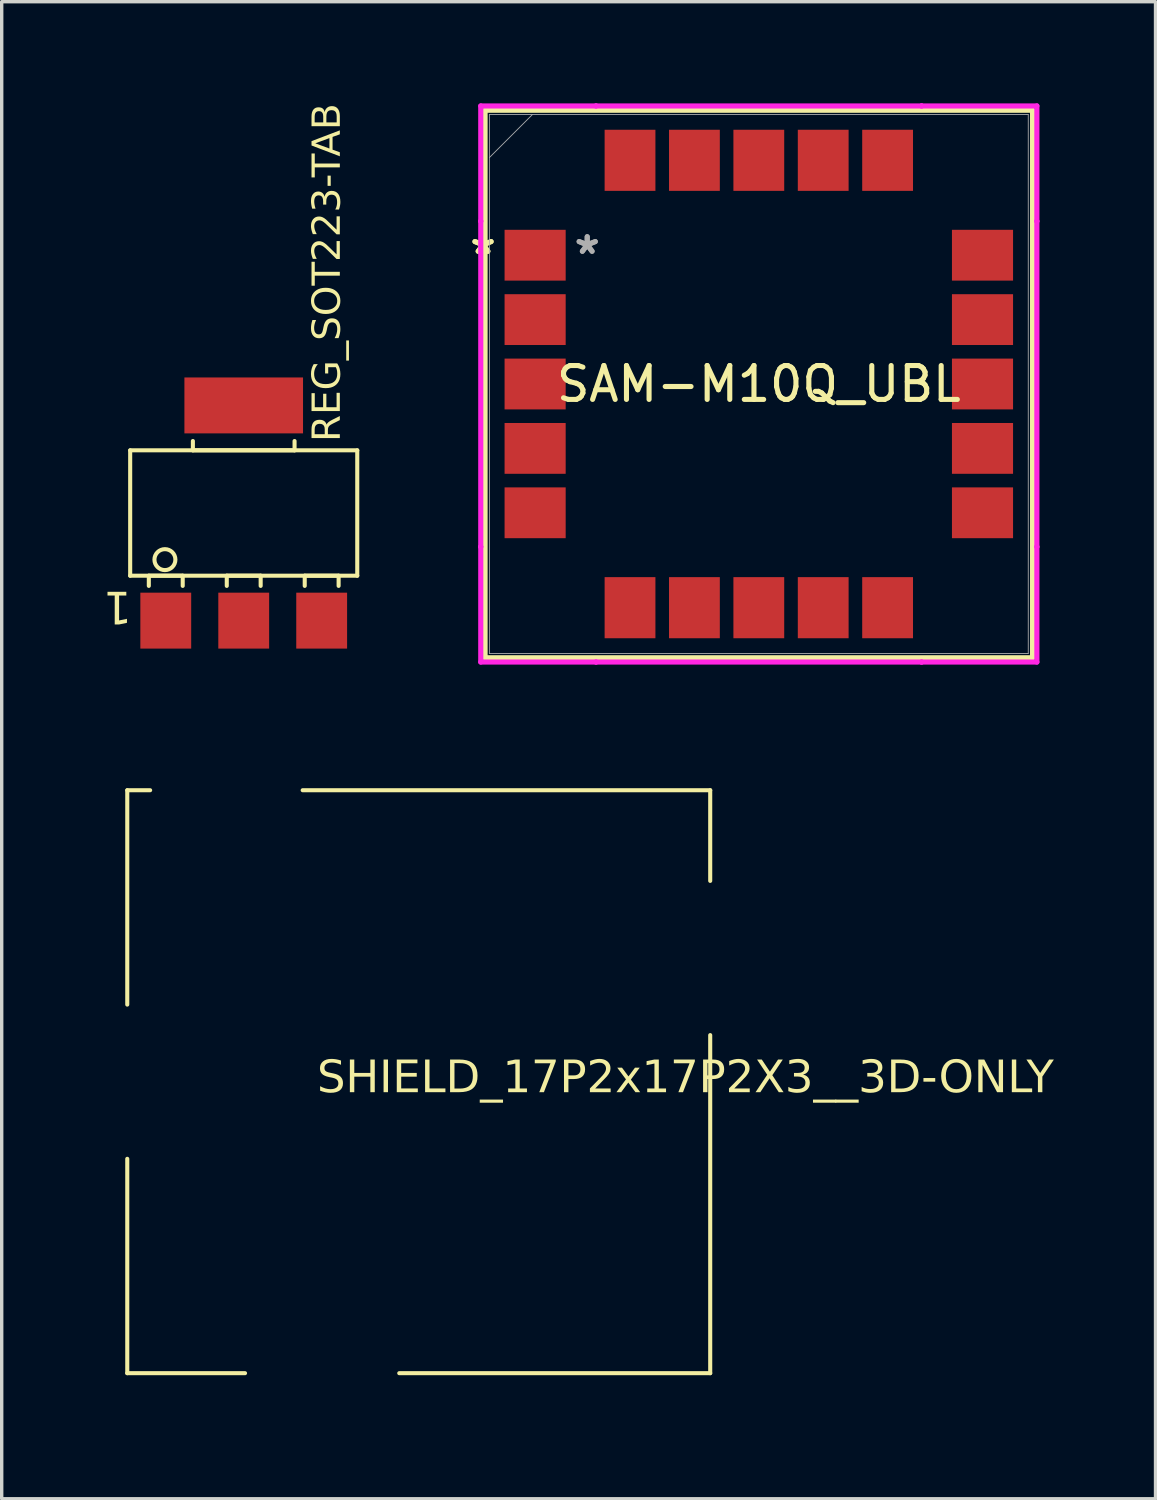
<source format=kicad_pcb>
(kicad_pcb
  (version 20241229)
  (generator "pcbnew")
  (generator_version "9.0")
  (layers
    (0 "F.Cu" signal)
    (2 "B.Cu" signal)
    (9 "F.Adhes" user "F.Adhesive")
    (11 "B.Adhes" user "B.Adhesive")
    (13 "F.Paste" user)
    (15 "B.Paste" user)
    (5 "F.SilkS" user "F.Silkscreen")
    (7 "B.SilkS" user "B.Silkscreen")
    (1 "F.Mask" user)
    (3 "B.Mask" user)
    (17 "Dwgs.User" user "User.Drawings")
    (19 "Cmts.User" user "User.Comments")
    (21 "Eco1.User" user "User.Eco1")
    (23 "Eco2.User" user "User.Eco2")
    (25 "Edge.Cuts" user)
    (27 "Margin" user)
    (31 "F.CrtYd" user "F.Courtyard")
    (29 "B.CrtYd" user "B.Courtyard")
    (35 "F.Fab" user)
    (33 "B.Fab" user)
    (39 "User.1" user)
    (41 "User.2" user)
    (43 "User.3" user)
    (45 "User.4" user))
  (footprint "SHIELD_17P2x17P2X3__3D-ONLY"
    (layer "F.Cu")
    (at 9.305 28.866)
    (property "Reference" "SHIELD_17P2x17P2X3__3D-ONLY" (at -3.001 0.47 0) (unlocked yes) (layer "F.SilkS") (effects (font (face "Arial") (size 0.945 0.945) (thickness 0.254)) (justify left bottom)))
    (fp_line (start -8.6 -8.6) (end -7.925 -8.6) (stroke (width 0.12) (type solid)) (layer "F.SilkS"))
    (fp_line (start -8.6 -2.275) (end -8.6 -8.6) (stroke (width 0.12) (type solid)) (layer "F.SilkS"))
    (fp_line (start -8.6 8.6) (end -5.125 8.6) (stroke (width 0.12) (type solid)) (layer "F.SilkS"))
    (fp_line (start -8.6 8.6) (end -8.6 2.275) (stroke (width 0.12) (type solid)) (layer "F.SilkS"))
    (fp_line (start -3.425 -8.6) (end 8.6 -8.6) (stroke (width 0.12) (type solid)) (layer "F.SilkS"))
    (fp_line (start -0.575 8.6) (end 8.6 8.6) (stroke (width 0.12) (type solid)) (layer "F.SilkS"))
    (fp_line (start 8.6 -5.925) (end 8.6 -8.6) (stroke (width 0.12) (type solid)) (layer "F.SilkS"))
    (fp_line (start 8.6 8.6) (end 8.6 -1.375) (stroke (width 0.12) (type solid)) (layer "F.SilkS"))
    (fp_line (start -9.3 -9.3) (end 9.3 -9.3) (stroke (width 0.01) (type solid)) (layer "Eco1.User"))
    (fp_line (start -9.3 0.65) (end -9.3 -9.3) (stroke (width 0.01) (type solid)) (layer "Eco1.User"))
    (fp_line (start -9.3 9.3) (end -9.3 0.65) (stroke (width 0.01) (type solid)) (layer "Eco1.User"))
    (fp_line (start -9.3 9.3) (end 9.3 9.3) (stroke (width 0.01) (type solid)) (layer "Eco1.User"))
    (fp_line (start -8.6 -8.6) (end 8.6 -8.6) (stroke (width 0.01) (type solid)) (layer "Eco1.User"))
    (fp_line (start -8.6 8.6) (end -8.6 -8.6) (stroke (width 0.01) (type solid)) (layer "Eco1.User"))
    (fp_line (start -8.6 8.6) (end -8.6 8.475) (stroke (width 0.01) (type solid)) (layer "Eco1.User"))
    (fp_line (start -8.6 8.6) (end 8.6 8.6) (stroke (width 0.01) (type solid)) (layer "Eco1.User"))
    (fp_line (start 8.6 8.6) (end 8.6 -8.6) (stroke (width 0.01) (type solid)) (layer "Eco1.User"))
    (fp_line (start 9.3 9.3) (end 9.3 -9.3) (stroke (width 0.01) (type solid)) (layer "Eco1.User"))
    (fp_text user "'.Designator'" (at -1.538 2.263 0) (unlocked yes) (layer "Eco1.User") (effects (font (face "Arial") (size 0.472 0.472) (thickness 0.254)) (justify left bottom))))
  (footprint "SAM-M10Q_UBL"
    (layer "F.Cu")
    (at 19.339 8.28)
    (property "Reference" "SAM-M10Q_UBL" (at 0 0 0) (unlocked yes) (layer "F.SilkS") (effects (font (size 1 1) (thickness 0.15))))
    (attr smd)
    (fp_line (start -8.077 -8.077) (end -8.077 8.077) (stroke (width 0.152) (type solid)) (layer "F.SilkS"))
    (fp_line (start -8.077 8.077) (end 8.077 8.077) (stroke (width 0.152) (type solid)) (layer "F.SilkS"))
    (fp_line (start 8.077 -8.077) (end -8.077 -8.077) (stroke (width 0.152) (type solid)) (layer "F.SilkS"))
    (fp_line (start 8.077 8.077) (end 8.077 -8.077) (stroke (width 0.152) (type solid)) (layer "F.SilkS"))
    (fp_line (start -8.204 -8.204) (end -4.803 -8.204) (stroke (width 0.152) (type solid)) (layer "F.CrtYd"))
    (fp_line (start -8.204 -4.803) (end -8.204 -8.204) (stroke (width 0.152) (type solid)) (layer "F.CrtYd"))
    (fp_line (start -8.204 -4.803) (end -8.204 -4.803) (stroke (width 0.152) (type solid)) (layer "F.CrtYd"))
    (fp_line (start -8.204 4.803) (end -8.204 -4.803) (stroke (width 0.152) (type solid)) (layer "F.CrtYd"))
    (fp_line (start -8.204 4.803) (end -8.204 4.803) (stroke (width 0.152) (type solid)) (layer "F.CrtYd"))
    (fp_line (start -8.204 8.204) (end -8.204 4.803) (stroke (width 0.152) (type solid)) (layer "F.CrtYd"))
    (fp_line (start -4.803 -8.204) (end -4.803 -8.204) (stroke (width 0.152) (type solid)) (layer "F.CrtYd"))
    (fp_line (start -4.803 -8.204) (end 4.803 -8.204) (stroke (width 0.152) (type solid)) (layer "F.CrtYd"))
    (fp_line (start -4.803 8.204) (end -8.204 8.204) (stroke (width 0.152) (type solid)) (layer "F.CrtYd"))
    (fp_line (start -4.803 8.204) (end -4.803 8.204) (stroke (width 0.152) (type solid)) (layer "F.CrtYd"))
    (fp_line (start 4.803 -8.204) (end 4.803 -8.204) (stroke (width 0.152) (type solid)) (layer "F.CrtYd"))
    (fp_line (start 4.803 -8.204) (end 8.204 -8.204) (stroke (width 0.152) (type solid)) (layer "F.CrtYd"))
    (fp_line (start 4.803 8.204) (end -4.803 8.204) (stroke (width 0.152) (type solid)) (layer "F.CrtYd"))
    (fp_line (start 4.803 8.204) (end 4.803 8.204) (stroke (width 0.152) (type solid)) (layer "F.CrtYd"))
    (fp_line (start 8.204 -8.204) (end 8.204 -4.803) (stroke (width 0.152) (type solid)) (layer "F.CrtYd"))
    (fp_line (start 8.204 -4.803) (end 8.204 -4.803) (stroke (width 0.152) (type solid)) (layer "F.CrtYd"))
    (fp_line (start 8.204 -4.803) (end 8.204 4.803) (stroke (width 0.152) (type solid)) (layer "F.CrtYd"))
    (fp_line (start 8.204 4.803) (end 8.204 4.803) (stroke (width 0.152) (type solid)) (layer "F.CrtYd"))
    (fp_line (start 8.204 4.803) (end 8.204 8.204) (stroke (width 0.152) (type solid)) (layer "F.CrtYd"))
    (fp_line (start 8.204 8.204) (end 4.803 8.204) (stroke (width 0.152) (type solid)) (layer "F.CrtYd"))
    (fp_line (start -7.95 -7.95) (end -7.95 7.95) (stroke (width 0.025) (type solid)) (layer "F.Fab"))
    (fp_line (start -7.95 -6.68) (end -6.68 -7.95) (stroke (width 0.025) (type solid)) (layer "F.Fab"))
    (fp_line (start -7.95 7.95) (end 7.95 7.95) (stroke (width 0.025) (type solid)) (layer "F.Fab"))
    (fp_line (start 7.95 -7.95) (end -7.95 -7.95) (stroke (width 0.025) (type solid)) (layer "F.Fab"))
    (fp_line (start 7.95 7.95) (end 7.95 -7.95) (stroke (width 0.025) (type solid)) (layer "F.Fab"))
    (fp_text user "*" (at -8.137 -3.8 0) (layer "F.SilkS") (effects (font (size 1 1) (thickness 0.15))))
    (fp_text user "*" (at -8.137 -3.8 0) (unlocked yes) (layer "F.SilkS") (effects (font (size 1 1) (thickness 0.15))))
    (fp_text user "*" (at -5.063 -3.8 0) (unlocked yes) (layer "F.Fab") (effects (font (size 1 1) (thickness 0.15))))
    (fp_text user "*" (at -5.063 -3.8 0) (layer "F.Fab") (effects (font (size 1 1) (thickness 0.15))))
    (pad "1" smd rect (at -6.6 -3.8) (size 1.803 1.499) (layers "F.Cu" "F.Mask" "F.Paste"))
    (pad "2" smd rect (at -6.6 -1.9) (size 1.803 1.499) (layers "F.Cu" "F.Mask" "F.Paste"))
    (pad "3" smd rect (at -6.6 0) (size 1.803 1.499) (layers "F.Cu" "F.Mask" "F.Paste"))
    (pad "4" smd rect (at -6.6 1.9) (size 1.803 1.499) (layers "F.Cu" "F.Mask" "F.Paste"))
    (pad "5" smd rect (at -6.6 3.8) (size 1.803 1.499) (layers "F.Cu" "F.Mask" "F.Paste"))
    (pad "6" smd rect (at -3.8 6.6 90) (size 1.803 1.499) (layers "F.Cu" "F.Mask" "F.Paste"))
    (pad "7" smd rect (at -1.9 6.6 90) (size 1.803 1.499) (layers "F.Cu" "F.Mask" "F.Paste"))
    (pad "8" smd rect (at 0 6.6 90) (size 1.803 1.499) (layers "F.Cu" "F.Mask" "F.Paste"))
    (pad "9" smd rect (at 1.9 6.6 90) (size 1.803 1.499) (layers "F.Cu" "F.Mask" "F.Paste"))
    (pad "10" smd rect (at 3.8 6.6 90) (size 1.803 1.499) (layers "F.Cu" "F.Mask" "F.Paste"))
    (pad "11" smd rect (at 6.6 3.8) (size 1.803 1.499) (layers "F.Cu" "F.Mask" "F.Paste"))
    (pad "12" smd rect (at 6.6 1.9) (size 1.803 1.499) (layers "F.Cu" "F.Mask" "F.Paste"))
    (pad "13" smd rect (at 6.6 0) (size 1.803 1.499) (layers "F.Cu" "F.Mask" "F.Paste"))
    (pad "14" smd rect (at 6.6 -1.9) (size 1.803 1.499) (layers "F.Cu" "F.Mask" "F.Paste"))
    (pad "15" smd rect (at 6.6 -3.8) (size 1.803 1.499) (layers "F.Cu" "F.Mask" "F.Paste"))
    (pad "16" smd rect (at 3.8 -6.6 90) (size 1.803 1.499) (layers "F.Cu" "F.Mask" "F.Paste"))
    (pad "17" smd rect (at 1.9 -6.6 90) (size 1.803 1.499) (layers "F.Cu" "F.Mask" "F.Paste"))
    (pad "18" smd rect (at 0 -6.6 90) (size 1.803 1.499) (layers "F.Cu" "F.Mask" "F.Paste"))
    (pad "19" smd rect (at -1.9 -6.6 90) (size 1.803 1.499) (layers "F.Cu" "F.Mask" "F.Paste"))
    (pad "20" smd rect (at -3.8 -6.6 90) (size 1.803 1.499) (layers "F.Cu" "F.Mask" "F.Paste")))
  (footprint "REG_SOT223-TAB"
    (layer "F.Cu")
    (at 4.141 12.087)
    (property "Reference" "REG_SOT223-TAB" (at 2.975 -2.1 90) (unlocked yes) (layer "F.SilkS") (effects (font (face "Arial") (size 0.819 0.819) (thickness 0.254)) (justify left bottom)))
    (fp_line (start -3.35 1.85) (end -3.35 -1.85) (stroke (width 0.12) (type solid)) (layer "F.SilkS"))
    (fp_line (start -2.8 2.15) (end -2.8 1.85) (stroke (width 0.12) (type solid)) (layer "F.SilkS"))
    (fp_line (start -1.8 1.85) (end -2.8 1.85) (stroke (width 0.12) (type solid)) (layer "F.SilkS"))
    (fp_line (start -1.8 2.15) (end -1.8 1.85) (stroke (width 0.12) (type solid)) (layer "F.SilkS"))
    (fp_line (start -1.5 -1.85) (end -1.5 -2.125) (stroke (width 0.12) (type solid)) (layer "F.SilkS"))
    (fp_line (start -0.5 2.15) (end -0.5 1.85) (stroke (width 0.12) (type solid)) (layer "F.SilkS"))
    (fp_line (start 0.5 1.85) (end -0.5 1.85) (stroke (width 0.12) (type solid)) (layer "F.SilkS"))
    (fp_line (start 0.5 2.15) (end 0.5 1.85) (stroke (width 0.12) (type solid)) (layer "F.SilkS"))
    (fp_line (start 1.5 -1.85) (end -1.5 -1.85) (stroke (width 0.12) (type solid)) (layer "F.SilkS"))
    (fp_line (start 1.5 -1.85) (end 1.5 -2.125) (stroke (width 0.12) (type solid)) (layer "F.SilkS"))
    (fp_line (start 1.8 2.15) (end 1.8 1.85) (stroke (width 0.12) (type solid)) (layer "F.SilkS"))
    (fp_line (start 2.8 1.85) (end 1.8 1.85) (stroke (width 0.12) (type solid)) (layer "F.SilkS"))
    (fp_line (start 2.8 2.15) (end 2.8 1.85) (stroke (width 0.12) (type solid)) (layer "F.SilkS"))
    (fp_line (start 3.35 -1.85) (end -3.35 -1.85) (stroke (width 0.12) (type solid)) (layer "F.SilkS"))
    (fp_line (start 3.35 1.85) (end -3.35 1.85) (stroke (width 0.12) (type solid)) (layer "F.SilkS"))
    (fp_line (start 3.35 1.85) (end 3.35 -1.85) (stroke (width 0.12) (type solid)) (layer "F.SilkS"))
    (fp_circle (center -2.325 1.375) (end -2.634 1.375) (stroke (width 0.12) (type solid)) (fill no) (layer "F.SilkS"))
    (fp_line (start -3.55 2.05) (end -3.55 -2.05) (stroke (width 0.01) (type solid)) (layer "Eco1.User"))
    (fp_line (start -3.35 1.85) (end -3.35 -1.85) (stroke (width 0.01) (type solid)) (layer "Eco1.User"))
    (fp_line (start -3.2 2.05) (end -3.55 2.05) (stroke (width 0.01) (type solid)) (layer "Eco1.User"))
    (fp_line (start -3.2 4.15) (end -3.2 2.05) (stroke (width 0.01) (type solid)) (layer "Eco1.User"))
    (fp_line (start -2.8 3.65) (end -2.8 1.85) (stroke (width 0.01) (type solid)) (layer "Eco1.User"))
    (fp_line (start -1.9 -2.05) (end -3.55 -2.05) (stroke (width 0.01) (type solid)) (layer "Eco1.User"))
    (fp_line (start -1.9 -2.05) (end -1.9 -4.15) (stroke (width 0.01) (type solid)) (layer "Eco1.User"))
    (fp_line (start -1.8 1.85) (end -2.8 1.85) (stroke (width 0.01) (type solid)) (layer "Eco1.User"))
    (fp_line (start -1.8 3.65) (end -2.8 3.65) (stroke (width 0.01) (type solid)) (layer "Eco1.User"))
    (fp_line (start -1.8 3.65) (end -1.8 1.85) (stroke (width 0.01) (type solid)) (layer "Eco1.User"))
    (fp_line (start -1.5 -1.85) (end -1.5 -3.65) (stroke (width 0.01) (type solid)) (layer "Eco1.User"))
    (fp_line (start -0.5 3.65) (end -0.5 1.85) (stroke (width 0.01) (type solid)) (layer "Eco1.User"))
    (fp_line (start 0.5 1.85) (end -0.5 1.85) (stroke (width 0.01) (type solid)) (layer "Eco1.User"))
    (fp_line (start 0.5 3.65) (end -0.5 3.65) (stroke (width 0.01) (type solid)) (layer "Eco1.User"))
    (fp_line (start 0.5 3.65) (end 0.5 1.85) (stroke (width 0.01) (type solid)) (layer "Eco1.User"))
    (fp_line (start 1.5 -3.65) (end -1.5 -3.65) (stroke (width 0.01) (type solid)) (layer "Eco1.User"))
    (fp_line (start 1.5 -1.85) (end -1.5 -1.85) (stroke (width 0.01) (type solid)) (layer "Eco1.User"))
    (fp_line (start 1.5 -1.85) (end 1.5 -3.65) (stroke (width 0.01) (type solid)) (layer "Eco1.User"))
    (fp_line (start 1.8 3.65) (end 1.8 1.85) (stroke (width 0.01) (type solid)) (layer "Eco1.User"))
    (fp_line (start 1.9 -4.15) (end -1.9 -4.15) (stroke (width 0.01) (type solid)) (layer "Eco1.User"))
    (fp_line (start 1.9 -2.05) (end 1.9 -4.15) (stroke (width 0.01) (type solid)) (layer "Eco1.User"))
    (fp_line (start 2.8 1.85) (end 1.8 1.85) (stroke (width 0.01) (type solid)) (layer "Eco1.User"))
    (fp_line (start 2.8 3.65) (end 1.8 3.65) (stroke (width 0.01) (type solid)) (layer "Eco1.User"))
    (fp_line (start 2.8 3.65) (end 2.8 1.85) (stroke (width 0.01) (type solid)) (layer "Eco1.User"))
    (fp_line (start 3.2 4.15) (end -3.2 4.15) (stroke (width 0.01) (type solid)) (layer "Eco1.User"))
    (fp_line (start 3.2 4.15) (end 3.2 2.05) (stroke (width 0.01) (type solid)) (layer "Eco1.User"))
    (fp_line (start 3.35 -1.85) (end -3.35 -1.85) (stroke (width 0.01) (type solid)) (layer "Eco1.User"))
    (fp_line (start 3.35 1.85) (end -3.35 1.85) (stroke (width 0.01) (type solid)) (layer "Eco1.User"))
    (fp_line (start 3.35 1.85) (end 3.35 -1.85) (stroke (width 0.01) (type solid)) (layer "Eco1.User"))
    (fp_line (start 3.55 -2.05) (end 1.9 -2.05) (stroke (width 0.01) (type solid)) (layer "Eco1.User"))
    (fp_line (start 3.55 2.05) (end 3.2 2.05) (stroke (width 0.01) (type solid)) (layer "Eco1.User"))
    (fp_line (start 3.55 2.05) (end 3.55 -2.05) (stroke (width 0.01) (type solid)) (layer "Eco1.User"))
    (fp_circle (center -2.325 1.375) (end -2.61 1.375) (stroke (width 0.01) (type solid)) (fill no) (layer "Eco1.User"))
    (fp_text user "1" (at -3.3 2.163 180) (unlocked yes) (layer "F.SilkS") (effects (font (face "Arial") (size 0.945 0.945) (thickness 0.12)) (justify left bottom)))
    (fp_text user "'.Designator'" (at 0.463 2.038 90) (unlocked yes) (layer "Eco1.User") (effects (font (face "Arial") (size 0.472 0.472) (thickness 0.254)) (justify left bottom)))
    (fp_text user "2" (at 0.325 2.375 180) (unlocked yes) (layer "Eco1.User") (effects (font (face "Arial") (size 0.945 0.945) (thickness 0.1)) (justify left bottom)))
    (fp_text user "3" (at 2.575 2.337 180) (unlocked yes) (layer "Eco1.User") (effects (font (face "Arial") (size 0.945 0.945) (thickness 0.1)) (justify left bottom)))
    (fp_text user "1" (at -2.062 2.375 180) (unlocked yes) (layer "Eco1.User") (effects (font (face "Arial") (size 0.945 0.945) (thickness 0.1)) (justify left bottom)))
    (fp_text user "4" (at 0.388 -3.112 180) (unlocked yes) (layer "Eco1.User") (effects (font (face "Arial") (size 0.945 0.945) (thickness 0.1)) (justify left bottom)))
    (pad "1" smd rect (at -2.3 3.175 90) (size 1.65 1.5) (layers "F.Cu" "F.Mask" "F.Paste"))
    (pad "2" smd rect (at 0 3.175 90) (size 1.65 1.5) (layers "F.Cu" "F.Mask" "F.Paste"))
    (pad "3" smd rect (at 2.3 3.175 90) (size 1.65 1.5) (layers "F.Cu" "F.Mask" "F.Paste"))
    (pad "4" smd rect (at 0 -3.175) (size 3.5 1.65) (layers "F.Cu" "F.Mask" "F.Paste")))
  (gr_rect
    (start -3 -3)
    (end 31.044 41.171)
    (stroke (width 0.1) (type default))
    (fill no)
    (layer "Edge.Cuts")))
</source>
